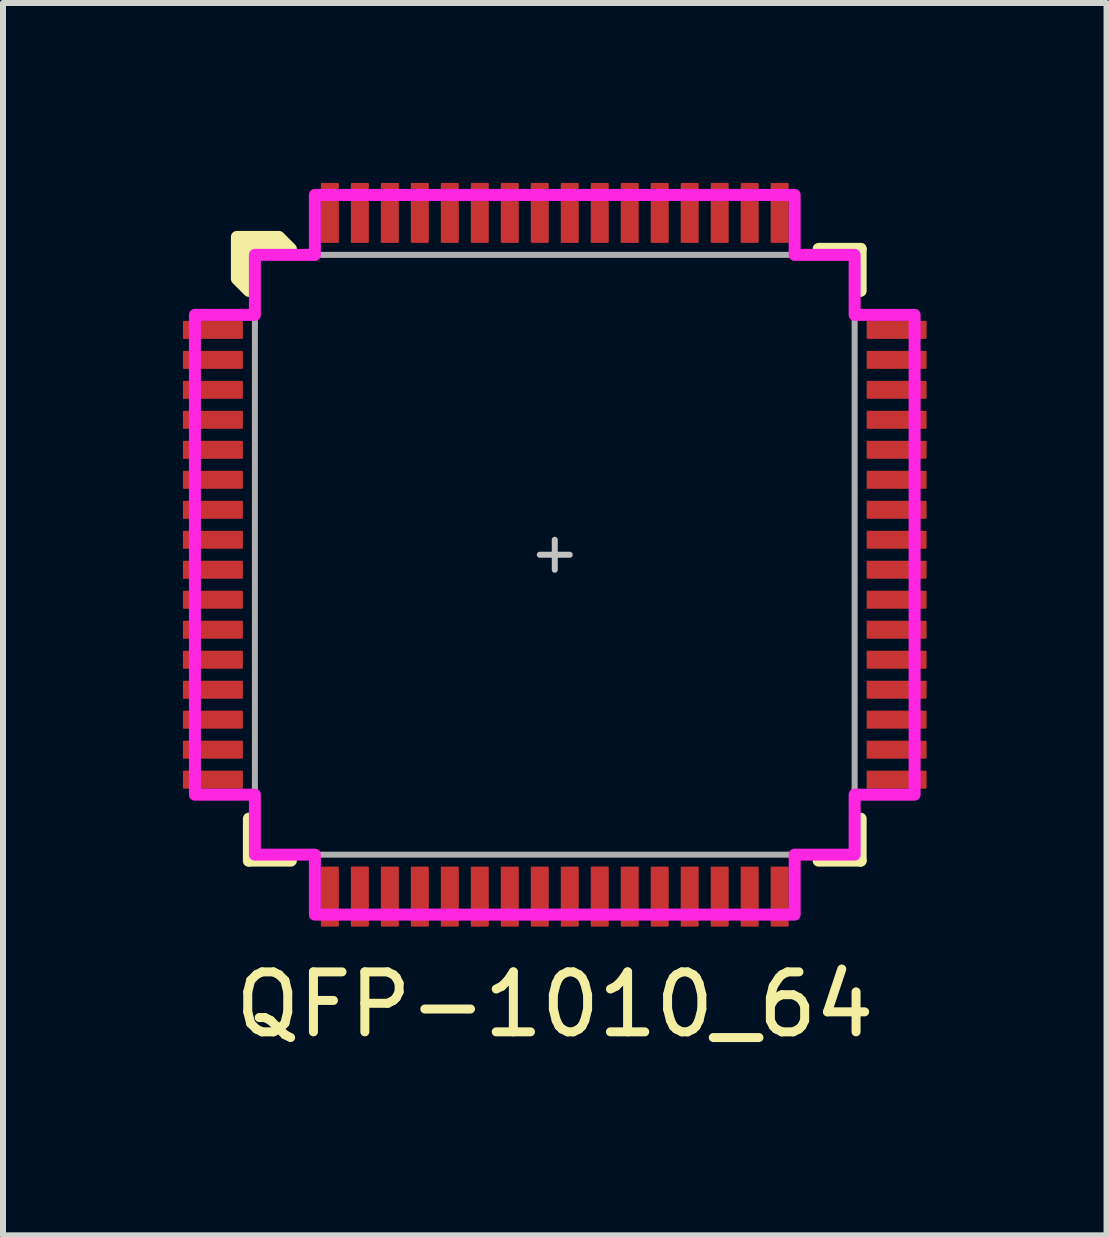
<source format=kicad_pcb>
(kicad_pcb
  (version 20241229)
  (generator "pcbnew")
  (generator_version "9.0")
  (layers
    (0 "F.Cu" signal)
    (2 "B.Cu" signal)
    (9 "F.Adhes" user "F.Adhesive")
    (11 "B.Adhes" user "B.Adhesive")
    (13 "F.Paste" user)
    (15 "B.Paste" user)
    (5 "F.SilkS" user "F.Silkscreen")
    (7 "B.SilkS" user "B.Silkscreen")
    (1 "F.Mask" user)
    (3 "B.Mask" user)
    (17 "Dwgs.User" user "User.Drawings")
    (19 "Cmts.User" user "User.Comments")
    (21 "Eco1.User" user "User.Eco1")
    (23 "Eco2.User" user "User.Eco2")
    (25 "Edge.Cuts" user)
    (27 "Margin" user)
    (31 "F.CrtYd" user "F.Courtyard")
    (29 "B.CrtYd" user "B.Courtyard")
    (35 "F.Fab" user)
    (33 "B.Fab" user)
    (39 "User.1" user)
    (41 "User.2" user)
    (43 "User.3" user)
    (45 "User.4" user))
  (footprint "QFP-1010_64"
    (layer "F.Cu")
    (at 6.2 6.2)
    (property "Reference" "QFP-1010_64" (at 0 7.5 0) (unlocked yes) (layer "F.SilkS") (effects (font (size 1 1) (thickness 0.15))))
    (attr smd)
    (fp_line (start -5.1 5.1) (end -5.1 4.4) (stroke (width 0.2) (type solid)) (layer "F.SilkS"))
    (fp_line (start -4.4 5.1) (end -5.1 5.1) (stroke (width 0.2) (type solid)) (layer "F.SilkS"))
    (fp_line (start 4.4 -5.1) (end 5.1 -5.1) (stroke (width 0.2) (type solid)) (layer "F.SilkS"))
    (fp_line (start 5.1 -5.1) (end 5.1 -4.4) (stroke (width 0.2) (type solid)) (layer "F.SilkS"))
    (fp_line (start 5.1 4.4) (end 5.1 5.1) (stroke (width 0.2) (type solid)) (layer "F.SilkS"))
    (fp_line (start 5.1 5.1) (end 4.4 5.1) (stroke (width 0.2) (type solid)) (layer "F.SilkS"))
    (fp_poly (pts (xy -4.4 -5.1) (xy -5.1 -5.1) (xy -5.1 -4.4) (xy -5.3 -4.6) (xy -5.3 -5.3) (xy -4.6 -5.3)) (stroke (width 0.2) (type solid)) (fill yes) (layer "F.SilkS"))
    (fp_line (start -0.25 0) (end 0.25 0) (stroke (width 0.1) (type solid)) (layer "Dwgs.User"))
    (fp_line (start 0 -0.25) (end 0 0.25) (stroke (width 0.1) (type solid)) (layer "Dwgs.User"))
    (fp_poly (pts (xy 4 -5) (xy 5 -5) (xy 5 -4) (xy 6 -4) (xy 6 4) (xy 5 4) (xy 5 5) (xy 4 5) (xy 4 6) (xy -4 6) (xy -4 5) (xy -5 5) (xy -5 4) (xy -6 4) (xy -6 -4) (xy -5 -4) (xy -5 -5) (xy -4 -5) (xy -4 -6) (xy 4 -6)) (stroke (width 0.2) (type solid)) (fill no) (layer "F.CrtYd"))
    (fp_rect (start -5 -5) (end 5 5) (stroke (width 0.1) (type solid)) (fill no) (layer "F.Fab"))
    (pad "1" smd roundrect (at -5.7 -3.75) (size 1 0.3) (layers "F.Cu" "F.Mask" "F.Paste") (roundrect_rratio 0.05))
    (pad "2" smd roundrect (at -5.7 -3.25) (size 1 0.3) (layers "F.Cu" "F.Mask" "F.Paste") (roundrect_rratio 0.05))
    (pad "3" smd roundrect (at -5.7 -2.75) (size 1 0.3) (layers "F.Cu" "F.Mask" "F.Paste") (roundrect_rratio 0.05))
    (pad "4" smd roundrect (at -5.7 -2.25) (size 1 0.3) (layers "F.Cu" "F.Mask" "F.Paste") (roundrect_rratio 0.05))
    (pad "5" smd roundrect (at -5.7 -1.75) (size 1 0.3) (layers "F.Cu" "F.Mask" "F.Paste") (roundrect_rratio 0.05))
    (pad "6" smd roundrect (at -5.7 -1.25) (size 1 0.3) (layers "F.Cu" "F.Mask" "F.Paste") (roundrect_rratio 0.05))
    (pad "7" smd roundrect (at -5.7 -0.75) (size 1 0.3) (layers "F.Cu" "F.Mask" "F.Paste") (roundrect_rratio 0.05))
    (pad "8" smd roundrect (at -5.7 -0.25) (size 1 0.3) (layers "F.Cu" "F.Mask" "F.Paste") (roundrect_rratio 0.05))
    (pad "9" smd roundrect (at -5.7 0.25) (size 1 0.3) (layers "F.Cu" "F.Mask" "F.Paste") (roundrect_rratio 0.05))
    (pad "10" smd roundrect (at -5.7 0.75) (size 1 0.3) (layers "F.Cu" "F.Mask" "F.Paste") (roundrect_rratio 0.05))
    (pad "11" smd roundrect (at -5.7 1.25) (size 1 0.3) (layers "F.Cu" "F.Mask" "F.Paste") (roundrect_rratio 0.05))
    (pad "12" smd roundrect (at -5.7 1.75) (size 1 0.3) (layers "F.Cu" "F.Mask" "F.Paste") (roundrect_rratio 0.05))
    (pad "13" smd roundrect (at -5.7 2.25) (size 1 0.3) (layers "F.Cu" "F.Mask" "F.Paste") (roundrect_rratio 0.05))
    (pad "14" smd roundrect (at -5.7 2.75) (size 1 0.3) (layers "F.Cu" "F.Mask" "F.Paste") (roundrect_rratio 0.05))
    (pad "15" smd roundrect (at -5.7 3.25) (size 1 0.3) (layers "F.Cu" "F.Mask" "F.Paste") (roundrect_rratio 0.05))
    (pad "16" smd roundrect (at -5.7 3.75) (size 1 0.3) (layers "F.Cu" "F.Mask" "F.Paste") (roundrect_rratio 0.05))
    (pad "17" smd roundrect (at -3.75 5.7 90) (size 1 0.3) (layers "F.Cu" "F.Mask" "F.Paste") (roundrect_rratio 0.05))
    (pad "18" smd roundrect (at -3.25 5.7 90) (size 1 0.3) (layers "F.Cu" "F.Mask" "F.Paste") (roundrect_rratio 0.05))
    (pad "19" smd roundrect (at -2.75 5.7 90) (size 1 0.3) (layers "F.Cu" "F.Mask" "F.Paste") (roundrect_rratio 0.05))
    (pad "20" smd roundrect (at -2.25 5.7 90) (size 1 0.3) (layers "F.Cu" "F.Mask" "F.Paste") (roundrect_rratio 0.05))
    (pad "21" smd roundrect (at -1.75 5.7 90) (size 1 0.3) (layers "F.Cu" "F.Mask" "F.Paste") (roundrect_rratio 0.05))
    (pad "22" smd roundrect (at -1.25 5.7 90) (size 1 0.3) (layers "F.Cu" "F.Mask" "F.Paste") (roundrect_rratio 0.05))
    (pad "23" smd roundrect (at -0.75 5.7 90) (size 1 0.3) (layers "F.Cu" "F.Mask" "F.Paste") (roundrect_rratio 0.05))
    (pad "24" smd roundrect (at -0.25 5.7 90) (size 1 0.3) (layers "F.Cu" "F.Mask" "F.Paste") (roundrect_rratio 0.05))
    (pad "25" smd roundrect (at 0.25 5.7 90) (size 1 0.3) (layers "F.Cu" "F.Mask" "F.Paste") (roundrect_rratio 0.05))
    (pad "26" smd roundrect (at 0.75 5.7 90) (size 1 0.3) (layers "F.Cu" "F.Mask" "F.Paste") (roundrect_rratio 0.05))
    (pad "27" smd roundrect (at 1.25 5.7 90) (size 1 0.3) (layers "F.Cu" "F.Mask" "F.Paste") (roundrect_rratio 0.05))
    (pad "28" smd roundrect (at 1.75 5.7 90) (size 1 0.3) (layers "F.Cu" "F.Mask" "F.Paste") (roundrect_rratio 0.05))
    (pad "29" smd roundrect (at 2.25 5.7 90) (size 1 0.3) (layers "F.Cu" "F.Mask" "F.Paste") (roundrect_rratio 0.05))
    (pad "30" smd roundrect (at 2.75 5.7 90) (size 1 0.3) (layers "F.Cu" "F.Mask" "F.Paste") (roundrect_rratio 0.05))
    (pad "31" smd roundrect (at 3.25 5.7 90) (size 1 0.3) (layers "F.Cu" "F.Mask" "F.Paste") (roundrect_rratio 0.05))
    (pad "32" smd roundrect (at 3.75 5.7 90) (size 1 0.3) (layers "F.Cu" "F.Mask" "F.Paste") (roundrect_rratio 0.05))
    (pad "33" smd roundrect (at 5.7 3.75 180) (size 1 0.3) (layers "F.Cu" "F.Mask" "F.Paste") (roundrect_rratio 0.05))
    (pad "34" smd roundrect (at 5.7 3.25 180) (size 1 0.3) (layers "F.Cu" "F.Mask" "F.Paste") (roundrect_rratio 0.05))
    (pad "35" smd roundrect (at 5.7 2.75 180) (size 1 0.3) (layers "F.Cu" "F.Mask" "F.Paste") (roundrect_rratio 0.05))
    (pad "36" smd roundrect (at 5.7 2.25 180) (size 1 0.3) (layers "F.Cu" "F.Mask" "F.Paste") (roundrect_rratio 0.05))
    (pad "37" smd roundrect (at 5.7 1.75 180) (size 1 0.3) (layers "F.Cu" "F.Mask" "F.Paste") (roundrect_rratio 0.05))
    (pad "38" smd roundrect (at 5.7 1.25 180) (size 1 0.3) (layers "F.Cu" "F.Mask" "F.Paste") (roundrect_rratio 0.05))
    (pad "39" smd roundrect (at 5.7 0.75 180) (size 1 0.3) (layers "F.Cu" "F.Mask" "F.Paste") (roundrect_rratio 0.05))
    (pad "40" smd roundrect (at 5.7 0.25 180) (size 1 0.3) (layers "F.Cu" "F.Mask" "F.Paste") (roundrect_rratio 0.05))
    (pad "41" smd roundrect (at 5.7 -0.25 180) (size 1 0.3) (layers "F.Cu" "F.Mask" "F.Paste") (roundrect_rratio 0.05))
    (pad "42" smd roundrect (at 5.7 -0.75 180) (size 1 0.3) (layers "F.Cu" "F.Mask" "F.Paste") (roundrect_rratio 0.05))
    (pad "43" smd roundrect (at 5.7 -1.25 180) (size 1 0.3) (layers "F.Cu" "F.Mask" "F.Paste") (roundrect_rratio 0.05))
    (pad "44" smd roundrect (at 5.7 -1.75 180) (size 1 0.3) (layers "F.Cu" "F.Mask" "F.Paste") (roundrect_rratio 0.05))
    (pad "45" smd roundrect (at 5.7 -2.25 180) (size 1 0.3) (layers "F.Cu" "F.Mask" "F.Paste") (roundrect_rratio 0.05))
    (pad "46" smd roundrect (at 5.7 -2.75 180) (size 1 0.3) (layers "F.Cu" "F.Mask" "F.Paste") (roundrect_rratio 0.05))
    (pad "47" smd roundrect (at 5.7 -3.25 180) (size 1 0.3) (layers "F.Cu" "F.Mask" "F.Paste") (roundrect_rratio 0.05))
    (pad "48" smd roundrect (at 5.7 -3.75 180) (size 1 0.3) (layers "F.Cu" "F.Mask" "F.Paste") (roundrect_rratio 0.05))
    (pad "49" smd roundrect (at 3.75 -5.7 270) (size 1 0.3) (layers "F.Cu" "F.Mask" "F.Paste") (roundrect_rratio 0.05))
    (pad "50" smd roundrect (at 3.25 -5.7 270) (size 1 0.3) (layers "F.Cu" "F.Mask" "F.Paste") (roundrect_rratio 0.05))
    (pad "51" smd roundrect (at 2.75 -5.7 270) (size 1 0.3) (layers "F.Cu" "F.Mask" "F.Paste") (roundrect_rratio 0.05))
    (pad "52" smd roundrect (at 2.25 -5.7 270) (size 1 0.3) (layers "F.Cu" "F.Mask" "F.Paste") (roundrect_rratio 0.05))
    (pad "53" smd roundrect (at 1.25 -5.7 270) (size 1 0.3) (layers "F.Cu" "F.Mask" "F.Paste") (roundrect_rratio 0.05))
    (pad "54" smd roundrect (at 1.75 -5.7 270) (size 1 0.3) (layers "F.Cu" "F.Mask" "F.Paste") (roundrect_rratio 0.05))
    (pad "55" smd roundrect (at 0.75 -5.7 270) (size 1 0.3) (layers "F.Cu" "F.Mask" "F.Paste") (roundrect_rratio 0.05))
    (pad "56" smd roundrect (at 0.25 -5.7 270) (size 1 0.3) (layers "F.Cu" "F.Mask" "F.Paste") (roundrect_rratio 0.05))
    (pad "57" smd roundrect (at -0.25 -5.7 270) (size 1 0.3) (layers "F.Cu" "F.Mask" "F.Paste") (roundrect_rratio 0.05))
    (pad "58" smd roundrect (at -0.75 -5.7 270) (size 1 0.3) (layers "F.Cu" "F.Mask" "F.Paste") (roundrect_rratio 0.05))
    (pad "59" smd roundrect (at -1.25 -5.7 270) (size 1 0.3) (layers "F.Cu" "F.Mask" "F.Paste") (roundrect_rratio 0.05))
    (pad "60" smd roundrect (at -1.75 -5.7 270) (size 1 0.3) (layers "F.Cu" "F.Mask" "F.Paste") (roundrect_rratio 0.05))
    (pad "61" smd roundrect (at -2.25 -5.7 270) (size 1 0.3) (layers "F.Cu" "F.Mask" "F.Paste") (roundrect_rratio 0.05))
    (pad "62" smd roundrect (at -2.75 -5.7 270) (size 1 0.3) (layers "F.Cu" "F.Mask" "F.Paste") (roundrect_rratio 0.05))
    (pad "63" smd roundrect (at -3.25 -5.7 270) (size 1 0.3) (layers "F.Cu" "F.Mask" "F.Paste") (roundrect_rratio 0.05))
    (pad "64" smd roundrect (at -3.75 -5.7 270) (size 1 0.3) (layers "F.Cu" "F.Mask" "F.Paste") (roundrect_rratio 0.05)))
  (gr_rect
    (start -3 -3)
    (end 15.4 17.548)
    (stroke (width 0.1) (type default))
    (fill no)
    (layer "Edge.Cuts")))
</source>
